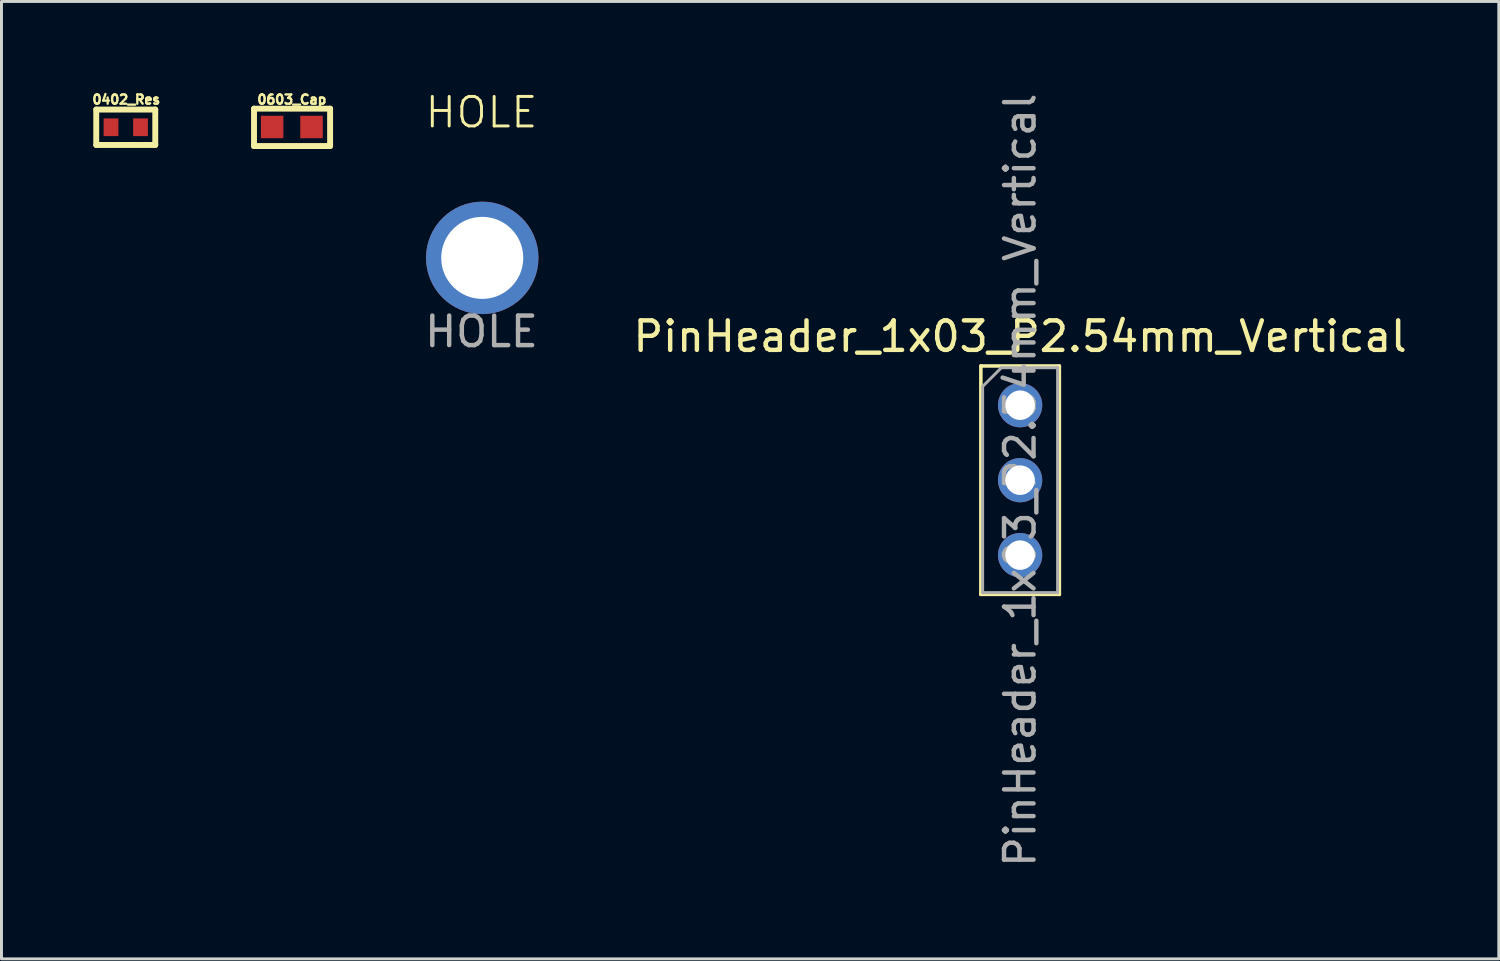
<source format=kicad_pcb>
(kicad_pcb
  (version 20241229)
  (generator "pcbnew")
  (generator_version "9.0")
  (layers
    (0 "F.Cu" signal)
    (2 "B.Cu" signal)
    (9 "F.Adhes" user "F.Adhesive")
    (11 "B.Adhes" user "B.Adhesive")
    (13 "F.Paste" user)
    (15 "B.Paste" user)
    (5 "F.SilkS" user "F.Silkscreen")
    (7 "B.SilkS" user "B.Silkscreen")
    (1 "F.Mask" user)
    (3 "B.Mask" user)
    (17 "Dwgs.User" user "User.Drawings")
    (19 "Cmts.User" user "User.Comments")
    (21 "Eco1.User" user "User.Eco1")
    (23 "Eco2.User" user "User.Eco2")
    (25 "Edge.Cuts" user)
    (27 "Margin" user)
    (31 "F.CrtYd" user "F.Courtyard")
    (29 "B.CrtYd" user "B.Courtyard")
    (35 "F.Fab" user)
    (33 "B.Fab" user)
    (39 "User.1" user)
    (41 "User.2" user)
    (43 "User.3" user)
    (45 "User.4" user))
  (footprint "0603_Cap"
    (layer "F.Cu")
    (at 6.84 1.212)
    (property "Reference" "0603_Cap" (at 0 -0.889 0) (layer "F.SilkS") (effects (font (size 0.315 0.315) (thickness 0.079))))
    (attr smd)
    (fp_line (start -1.283 -0.58) (end 1.295 -0.58) (stroke (width 0.2) (type solid)) (layer "F.SilkS"))
    (fp_line (start -1.283 0.686) (end -1.283 -0.58) (stroke (width 0.2) (type solid)) (layer "F.SilkS"))
    (fp_line (start -1.283 0.686) (end 1.295 0.686) (stroke (width 0.2) (type solid)) (layer "F.SilkS"))
    (fp_line (start 1.295 0.686) (end 1.295 -0.58) (stroke (width 0.2) (type solid)) (layer "F.SilkS"))
    (fp_line (start -1.283 -0.58) (end 1.295 -0.58) (stroke (width 0.2) (type solid)) (layer "Eco1.User"))
    (fp_line (start -1.283 0.686) (end -1.283 -0.58) (stroke (width 0.2) (type solid)) (layer "Eco1.User"))
    (fp_line (start -1.283 0.686) (end 1.295 0.686) (stroke (width 0.2) (type solid)) (layer "Eco1.User"))
    (fp_line (start 1.295 0.686) (end 1.295 -0.58) (stroke (width 0.2) (type solid)) (layer "Eco1.User"))
    (pad "1" smd rect (at -0.669 0.041) (size 0.762 0.762) (layers "F.Cu" "F.Mask" "F.Paste"))
    (pad "2" smd rect (at 0.665 0.041) (size 0.762 0.762) (layers "F.Cu" "F.Mask" "F.Paste")))
  (footprint "0402_Res"
    (layer "F.Cu")
    (at 1.228 1.237)
    (property "Reference" "0402_Res" (at 0 -0.914 0) (layer "F.SilkS") (effects (font (size 0.315 0.315) (thickness 0.079))))
    (attr smd)
    (fp_line (start -1.017 0.625) (end -1.017 -0.575) (stroke (width 0.2) (type solid)) (layer "F.SilkS"))
    (fp_line (start 0.983 -0.575) (end -1.017 -0.575) (stroke (width 0.2) (type solid)) (layer "F.SilkS"))
    (fp_line (start 0.983 0.625) (end -1.017 0.625) (stroke (width 0.2) (type solid)) (layer "F.SilkS"))
    (fp_line (start 0.983 0.625) (end 0.983 -0.575) (stroke (width 0.2) (type solid)) (layer "F.SilkS"))
    (fp_line (start -1.017 0.625) (end -1.017 -0.575) (stroke (width 0.2) (type solid)) (layer "Eco1.User"))
    (fp_line (start 0.983 -0.575) (end -1.017 -0.575) (stroke (width 0.2) (type solid)) (layer "Eco1.User"))
    (fp_line (start 0.983 0.625) (end -1.017 0.625) (stroke (width 0.2) (type solid)) (layer "Eco1.User"))
    (fp_line (start 0.983 0.625) (end 0.983 -0.575) (stroke (width 0.2) (type solid)) (layer "Eco1.User"))
    (pad "1" smd rect (at 0.483 0.025 180) (size 0.5 0.6) (layers "F.Cu" "F.Mask" "F.Paste"))
    (pad "2" smd rect (at -0.517 0.025 180) (size 0.5 0.6) (layers "F.Cu" "F.Mask" "F.Paste")))
  (footprint "HOLE"
    (layer "F.Cu")
    (at 13.265 5.688)
    (property "Reference" "HOLE" (at 0 -4.928 0) (unlocked yes) (layer "F.SilkS") (effects (font (size 1 1) (thickness 0.1))))
    (attr through_hole)
    (fp_text user "${REFERENCE}" (at 0 2.5 0) (unlocked yes) (layer "F.Fab") (effects (font (size 1 1) (thickness 0.15))))
    (pad "" thru_hole circle (at 0.025 0) (size 3.81 3.81) (drill 2.78) (layers "*.Cu" "*.Mask")))
  (footprint "PinHeader_1x03_P2.54mm_Vertical"
    (layer "F.Cu")
    (at 31.515 10.68)
    (property "Reference" "PinHeader_1x03_P2.54mm_Vertical" (at 0 -2.33 0) (layer "F.SilkS") (effects (font (size 1 1) (thickness 0.15))))
    (attr through_hole)
    (fp_line (start -1.33 -1.33) (end -1.33 6.41) (stroke (width 0.12) (type solid)) (layer "F.SilkS"))
    (fp_line (start -1.33 -1.33) (end 1.33 -1.33) (stroke (width 0.12) (type solid)) (layer "F.SilkS"))
    (fp_line (start -1.33 6.41) (end 1.33 6.41) (stroke (width 0.12) (type solid)) (layer "F.SilkS"))
    (fp_line (start 1.33 -1.33) (end 1.33 6.41) (stroke (width 0.12) (type solid)) (layer "F.SilkS"))
    (fp_line (start -1.27 -0.635) (end -0.635 -1.27) (stroke (width 0.1) (type solid)) (layer "F.Fab"))
    (fp_line (start -1.27 6.35) (end -1.27 -0.635) (stroke (width 0.1) (type solid)) (layer "F.Fab"))
    (fp_line (start -0.635 -1.27) (end 1.27 -1.27) (stroke (width 0.1) (type solid)) (layer "F.Fab"))
    (fp_line (start 1.27 -1.27) (end 1.27 6.35) (stroke (width 0.1) (type solid)) (layer "F.Fab"))
    (fp_line (start 1.27 6.35) (end -1.27 6.35) (stroke (width 0.1) (type solid)) (layer "F.Fab"))
    (fp_text user "${REFERENCE}" (at 0 2.54 90) (layer "F.Fab") (effects (font (size 1 1) (thickness 0.15))))
    (pad "1" thru_hole circle (at 0 0) (size 1.5 1.5) (drill 1) (layers "*.Cu" "*.Mask"))
    (pad "2" thru_hole circle (at 0 2.54) (size 1.5 1.5) (drill 1) (layers "*.Cu" "*.Mask"))
    (pad "3" thru_hole circle (at 0 5.08) (size 1.5 1.5) (drill 1) (layers "*.Cu" "*.Mask")))
  (gr_rect
    (start -3 -3)
    (end 47.735 29.44)
    (stroke (width 0.1) (type default))
    (fill no)
    (layer "Edge.Cuts")))
</source>
